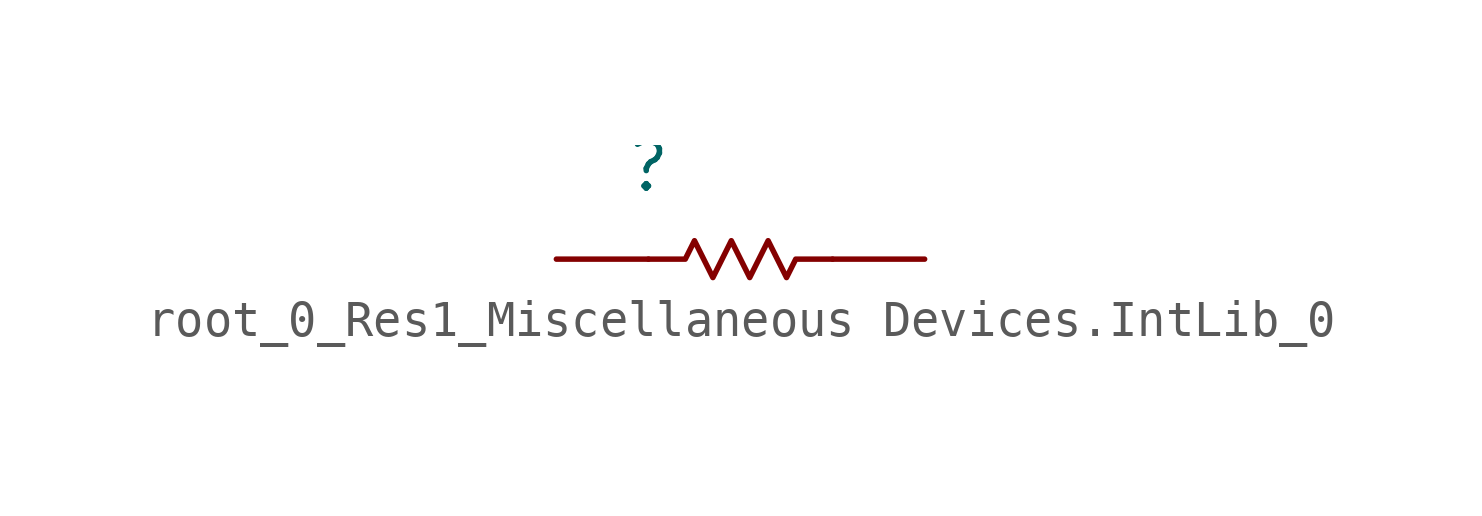
<source format=kicad_sym>
(kicad_symbol_lib
  (version 20241209)
  (generator "kicad_symbol_editor")
  (generator_version "9.0")
  (symbol "root_0_Res1_Miscellaneous Devices.IntLib_0"
    (pin_numbers
      (hide yes))
    (pin_names
      (hide yes))
    (property "Reference" ""
      (at 0 0 0)
      (effects (font (size 1.27 1.27))))
    (property "Value" ""
      (at 0 0 0)
      (effects (font (size 1.27 1.27))))
    (symbol "root_0_Res1_Miscellaneous Devices.IntLib_0_1_0"
      (polyline (pts (xy 5.08 -2.54) (xy 4.064 -2.54) (xy 3.81 -3.048) (xy 3.302 -2.032) (xy 2.794 -3.048) (xy 2.286 -2.032) (xy 1.778 -3.048) (xy 1.27 -2.032) (xy 1.016 -2.54) (xy 0 -2.54)) (stroke (width 0) (type solid)) (fill (type none)))
      (pin passive line (at -2.54 -2.54 0) (length 2.54) (name "1" (effects (font (size 1.27 1.27)))) (number "1" (effects (font (size 1.27 1.27)))))
      (pin passive line (at 7.62 -2.54 180) (length 2.54) (name "2" (effects (font (size 1.27 1.27)))) (number "2" (effects (font (size 1.27 1.27))))))))
</source>
